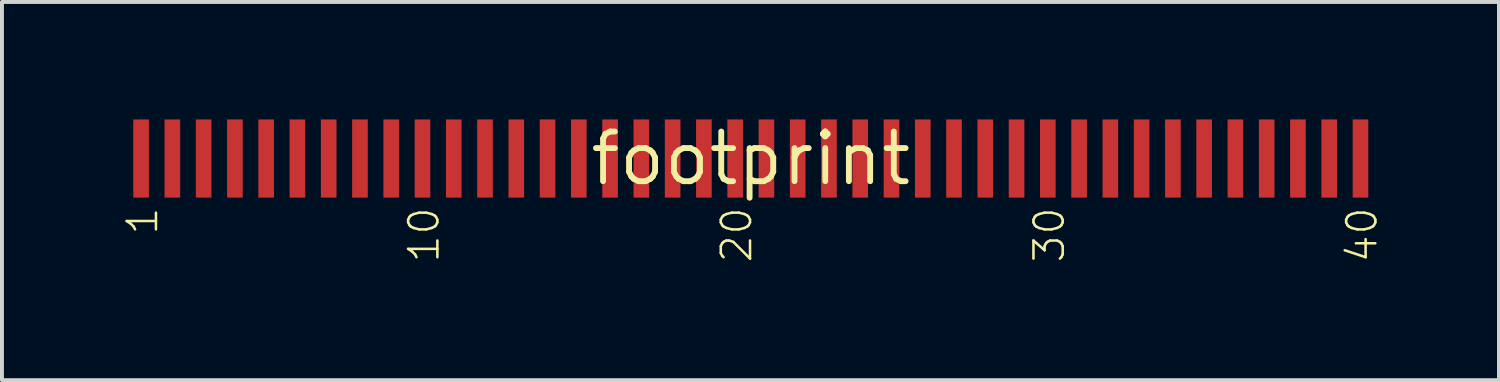
<source format=kicad_pcb>
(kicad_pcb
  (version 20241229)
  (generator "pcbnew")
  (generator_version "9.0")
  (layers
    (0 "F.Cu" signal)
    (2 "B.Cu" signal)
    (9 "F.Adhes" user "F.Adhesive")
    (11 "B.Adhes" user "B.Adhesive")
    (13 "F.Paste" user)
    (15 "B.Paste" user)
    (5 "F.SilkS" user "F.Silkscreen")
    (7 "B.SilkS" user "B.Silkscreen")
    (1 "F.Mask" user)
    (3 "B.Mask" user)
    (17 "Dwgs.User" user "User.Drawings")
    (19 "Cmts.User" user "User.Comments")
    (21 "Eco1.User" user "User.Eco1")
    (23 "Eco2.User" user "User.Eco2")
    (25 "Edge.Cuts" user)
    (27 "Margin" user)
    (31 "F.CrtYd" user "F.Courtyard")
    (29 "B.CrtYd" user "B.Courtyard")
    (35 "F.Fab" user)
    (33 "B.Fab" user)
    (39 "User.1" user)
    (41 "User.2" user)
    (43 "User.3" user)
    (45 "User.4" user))
  (footprint "footprint"
    (layer "F.Cu")
    (at 16.16 1.006)
    (property "Reference" "footprint" (at 0 0 0) (layer "F.SilkS") (effects (font (size 1.27 1.27) (thickness 0.15))))
    (fp_text user "1" (at -16 1.2 90) (layer "F.SilkS") (effects (font (size 0.748 0.748) (thickness 0.065)) (justify right top)))
    (fp_text user "20" (at -0.8 1.2 90) (layer "F.SilkS") (effects (font (size 0.748 0.748) (thickness 0.065)) (justify right top)))
    (fp_text user "40" (at 15.2 1.2 90) (layer "F.SilkS") (effects (font (size 0.748 0.748) (thickness 0.065)) (justify right top)))
    (fp_text user "10" (at -8.8 1.2 90) (layer "F.SilkS") (effects (font (size 0.748 0.748) (thickness 0.065)) (justify right top)))
    (fp_text user "30" (at 7.2 1.2 90) (layer "F.SilkS") (effects (font (size 0.748 0.748) (thickness 0.065)) (justify right top)))
    (pad "1" smd rect (at -15.6 0 90) (size 2 0.4) (layers "F.Cu" "F.Mask" "F.Paste"))
    (pad "2" smd rect (at -14.8 0 90) (size 2 0.4) (layers "F.Cu" "F.Mask" "F.Paste"))
    (pad "3" smd rect (at -14 0 90) (size 2 0.4) (layers "F.Cu" "F.Mask" "F.Paste"))
    (pad "4" smd rect (at -13.2 0 90) (size 2 0.4) (layers "F.Cu" "F.Mask" "F.Paste"))
    (pad "5" smd rect (at -12.4 0 90) (size 2 0.4) (layers "F.Cu" "F.Mask" "F.Paste"))
    (pad "6" smd rect (at -11.6 0 90) (size 2 0.4) (layers "F.Cu" "F.Mask" "F.Paste"))
    (pad "7" smd rect (at -10.8 0 90) (size 2 0.4) (layers "F.Cu" "F.Mask" "F.Paste"))
    (pad "8" smd rect (at -10 0 90) (size 2 0.4) (layers "F.Cu" "F.Mask" "F.Paste"))
    (pad "9" smd rect (at -9.2 0 90) (size 2 0.4) (layers "F.Cu" "F.Mask" "F.Paste"))
    (pad "10" smd rect (at -8.4 0 90) (size 2 0.4) (layers "F.Cu" "F.Mask" "F.Paste"))
    (pad "11" smd rect (at -7.6 0 90) (size 2 0.4) (layers "F.Cu" "F.Mask" "F.Paste"))
    (pad "12" smd rect (at -6.8 0 90) (size 2 0.4) (layers "F.Cu" "F.Mask" "F.Paste"))
    (pad "13" smd rect (at -6 0 90) (size 2 0.4) (layers "F.Cu" "F.Mask" "F.Paste"))
    (pad "14" smd rect (at -5.2 0 90) (size 2 0.4) (layers "F.Cu" "F.Mask" "F.Paste"))
    (pad "15" smd rect (at -4.4 0 90) (size 2 0.4) (layers "F.Cu" "F.Mask" "F.Paste"))
    (pad "16" smd rect (at -3.6 0 90) (size 2 0.4) (layers "F.Cu" "F.Mask" "F.Paste"))
    (pad "17" smd rect (at -2.8 0 90) (size 2 0.4) (layers "F.Cu" "F.Mask" "F.Paste"))
    (pad "18" smd rect (at -2 0 90) (size 2 0.4) (layers "F.Cu" "F.Mask" "F.Paste"))
    (pad "19" smd rect (at -1.2 0 90) (size 2 0.4) (layers "F.Cu" "F.Mask" "F.Paste"))
    (pad "20" smd rect (at -0.4 0 90) (size 2 0.4) (layers "F.Cu" "F.Mask" "F.Paste"))
    (pad "21" smd rect (at 0.4 0 90) (size 2 0.4) (layers "F.Cu" "F.Mask" "F.Paste"))
    (pad "22" smd rect (at 1.2 0 90) (size 2 0.4) (layers "F.Cu" "F.Mask" "F.Paste"))
    (pad "23" smd rect (at 2 0 90) (size 2 0.4) (layers "F.Cu" "F.Mask" "F.Paste"))
    (pad "24" smd rect (at 2.8 0 90) (size 2 0.4) (layers "F.Cu" "F.Mask" "F.Paste"))
    (pad "25" smd rect (at 3.6 0 90) (size 2 0.4) (layers "F.Cu" "F.Mask" "F.Paste"))
    (pad "26" smd rect (at 4.4 0 90) (size 2 0.4) (layers "F.Cu" "F.Mask" "F.Paste"))
    (pad "27" smd rect (at 5.2 0 90) (size 2 0.4) (layers "F.Cu" "F.Mask" "F.Paste"))
    (pad "28" smd rect (at 6 0 90) (size 2 0.4) (layers "F.Cu" "F.Mask" "F.Paste"))
    (pad "29" smd rect (at 6.8 0 90) (size 2 0.4) (layers "F.Cu" "F.Mask" "F.Paste"))
    (pad "30" smd rect (at 7.6 0 90) (size 2 0.4) (layers "F.Cu" "F.Mask" "F.Paste"))
    (pad "31" smd rect (at 8.4 0 90) (size 2 0.4) (layers "F.Cu" "F.Mask" "F.Paste"))
    (pad "32" smd rect (at 9.2 0 90) (size 2 0.4) (layers "F.Cu" "F.Mask" "F.Paste"))
    (pad "33" smd rect (at 10 0 90) (size 2 0.4) (layers "F.Cu" "F.Mask" "F.Paste"))
    (pad "34" smd rect (at 10.8 0 90) (size 2 0.4) (layers "F.Cu" "F.Mask" "F.Paste"))
    (pad "35" smd rect (at 11.6 0 90) (size 2 0.4) (layers "F.Cu" "F.Mask" "F.Paste"))
    (pad "36" smd rect (at 12.4 0 90) (size 2 0.4) (layers "F.Cu" "F.Mask" "F.Paste"))
    (pad "37" smd rect (at 13.2 0 90) (size 2 0.4) (layers "F.Cu" "F.Mask" "F.Paste"))
    (pad "38" smd rect (at 14 0 90) (size 2 0.4) (layers "F.Cu" "F.Mask" "F.Paste"))
    (pad "39" smd rect (at 14.8 0 90) (size 2 0.4) (layers "F.Cu" "F.Mask" "F.Paste"))
    (pad "40" smd rect (at 15.6 0 90) (size 2 0.4) (layers "F.Cu" "F.Mask" "F.Paste")))
  (gr_rect
    (start -3 -3)
    (end 35.303 6.676)
    (stroke (width 0.1) (type default))
    (fill no)
    (layer "Edge.Cuts")))
</source>
